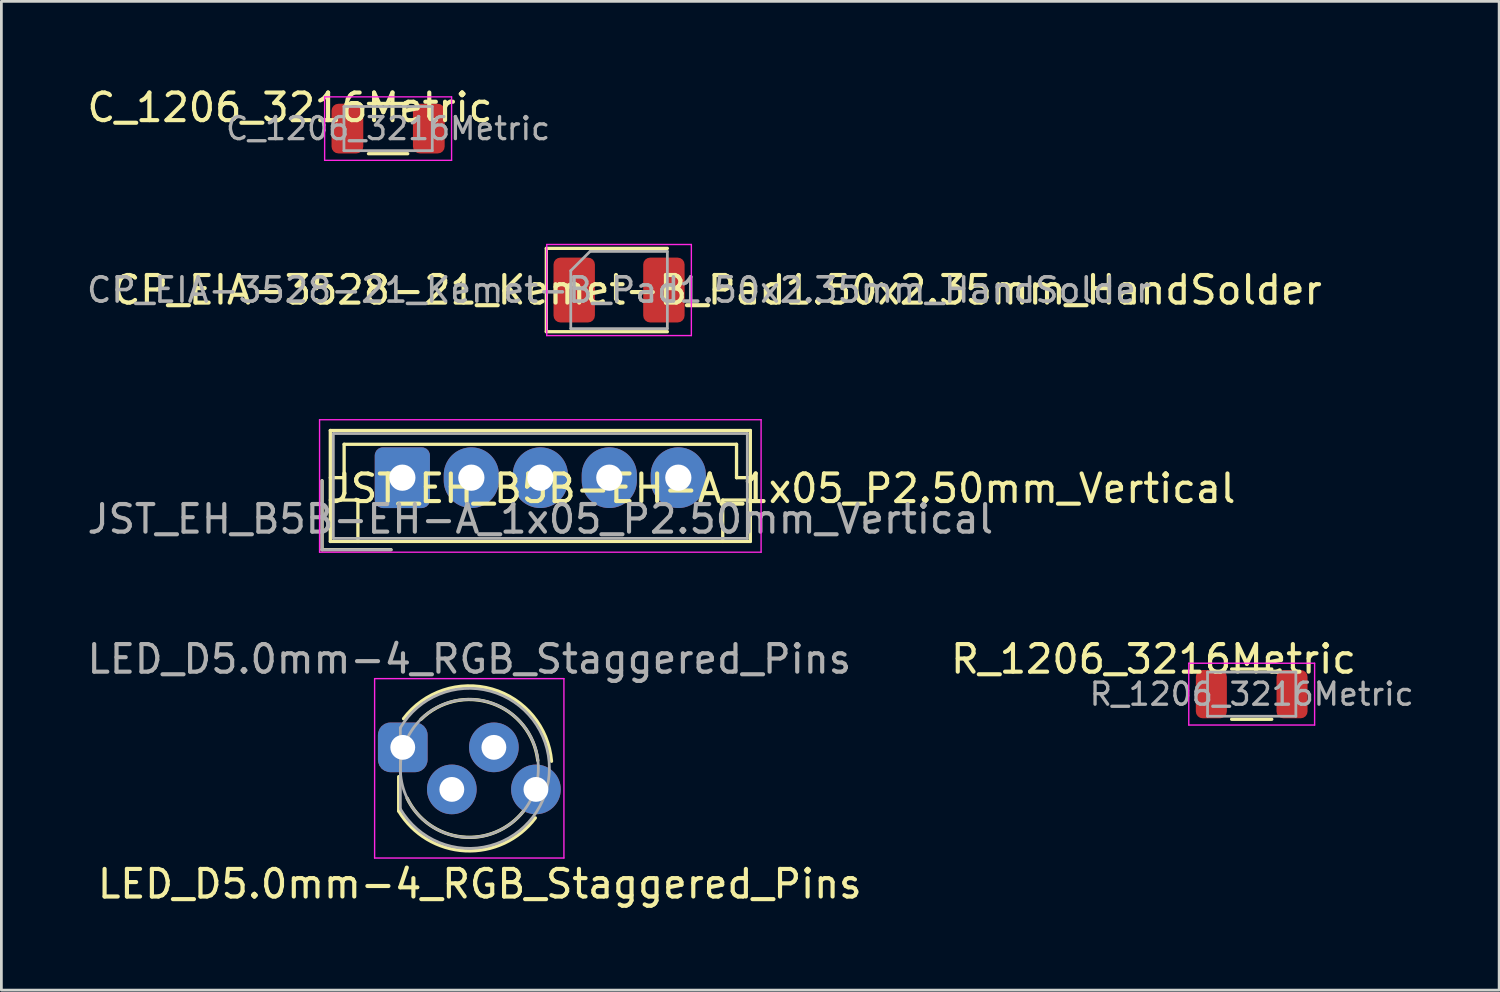
<source format=kicad_pcb>
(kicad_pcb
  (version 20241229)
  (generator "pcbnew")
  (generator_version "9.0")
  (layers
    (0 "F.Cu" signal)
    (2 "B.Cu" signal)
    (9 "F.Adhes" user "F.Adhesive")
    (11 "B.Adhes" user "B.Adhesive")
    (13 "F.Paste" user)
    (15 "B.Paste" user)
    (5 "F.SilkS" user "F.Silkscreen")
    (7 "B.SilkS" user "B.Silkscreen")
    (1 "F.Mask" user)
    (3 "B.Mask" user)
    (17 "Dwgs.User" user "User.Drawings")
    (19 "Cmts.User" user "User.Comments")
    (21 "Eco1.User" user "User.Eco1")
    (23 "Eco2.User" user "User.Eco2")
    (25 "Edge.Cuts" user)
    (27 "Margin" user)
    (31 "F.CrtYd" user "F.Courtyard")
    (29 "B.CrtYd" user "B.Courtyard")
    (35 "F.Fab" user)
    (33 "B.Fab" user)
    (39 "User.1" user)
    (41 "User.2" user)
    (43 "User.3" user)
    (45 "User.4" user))
  (footprint "CP_EIA-3528-21_Kemet-B_Pad1.50x2.35mm_HandSolder"
    (layer "F.Cu")
    (at 19.383 7.46)
    (property "Reference" "CP_EIA-3528-21_Kemet-B_Pad1.50x2.35mm_HandSolder" (at 3.556 0 0) (layer "F.SilkS") (effects (font (size 1 1) (thickness 0.15))))
    (attr smd)
    (fp_line (start -2.635 -1.51) (end -2.635 1.51) (stroke (width 0.12) (type solid)) (layer "F.SilkS"))
    (fp_line (start -2.635 1.51) (end 1.75 1.51) (stroke (width 0.12) (type solid)) (layer "F.SilkS"))
    (fp_line (start 1.75 -1.51) (end -2.635 -1.51) (stroke (width 0.12) (type solid)) (layer "F.SilkS"))
    (fp_line (start -2.62 -1.65) (end 2.62 -1.65) (stroke (width 0.05) (type solid)) (layer "F.CrtYd"))
    (fp_line (start -2.62 1.65) (end -2.62 -1.65) (stroke (width 0.05) (type solid)) (layer "F.CrtYd"))
    (fp_line (start 2.62 -1.65) (end 2.62 1.65) (stroke (width 0.05) (type solid)) (layer "F.CrtYd"))
    (fp_line (start 2.62 1.65) (end -2.62 1.65) (stroke (width 0.05) (type solid)) (layer "F.CrtYd"))
    (fp_line (start -1.75 -0.7) (end -1.75 1.4) (stroke (width 0.1) (type solid)) (layer "F.Fab"))
    (fp_line (start -1.75 1.4) (end 1.75 1.4) (stroke (width 0.1) (type solid)) (layer "F.Fab"))
    (fp_line (start -1.05 -1.4) (end -1.75 -0.7) (stroke (width 0.1) (type solid)) (layer "F.Fab"))
    (fp_line (start 1.75 -1.4) (end -1.05 -1.4) (stroke (width 0.1) (type solid)) (layer "F.Fab"))
    (fp_line (start 1.75 1.4) (end 1.75 -1.4) (stroke (width 0.1) (type solid)) (layer "F.Fab"))
    (fp_text user "${REFERENCE}" (at 0 0 0) (layer "F.Fab") (effects (font (size 0.88 0.88) (thickness 0.13))))
    (pad "1" smd roundrect (at -1.625 0 180) (size 1.5 2.35) (layers "F.Cu" "F.Mask" "F.Paste") (roundrect_rratio 0.167))
    (pad "2" smd roundrect (at 1.625 0 180) (size 1.5 2.35) (layers "F.Cu" "F.Mask" "F.Paste") (roundrect_rratio 0.167)))
  (footprint "C_1206_3216Metric"
    (layer "F.Cu")
    (at 11.014 1.61)
    (property "Reference" "C_1206_3216Metric" (at -3.556 -0.762 0) (layer "F.SilkS") (effects (font (size 1 1) (thickness 0.15))))
    (attr smd)
    (fp_line (start -0.711 -0.91) (end 0.711 -0.91) (stroke (width 0.12) (type solid)) (layer "F.SilkS"))
    (fp_line (start -0.711 0.91) (end 0.711 0.91) (stroke (width 0.12) (type solid)) (layer "F.SilkS"))
    (fp_line (start -2.3 -1.15) (end 2.3 -1.15) (stroke (width 0.05) (type solid)) (layer "F.CrtYd"))
    (fp_line (start -2.3 1.15) (end -2.3 -1.15) (stroke (width 0.05) (type solid)) (layer "F.CrtYd"))
    (fp_line (start 2.3 -1.15) (end 2.3 1.15) (stroke (width 0.05) (type solid)) (layer "F.CrtYd"))
    (fp_line (start 2.3 1.15) (end -2.3 1.15) (stroke (width 0.05) (type solid)) (layer "F.CrtYd"))
    (fp_line (start -1.6 -0.8) (end 1.6 -0.8) (stroke (width 0.1) (type solid)) (layer "F.Fab"))
    (fp_line (start -1.6 0.8) (end -1.6 -0.8) (stroke (width 0.1) (type solid)) (layer "F.Fab"))
    (fp_line (start 1.6 -0.8) (end 1.6 0.8) (stroke (width 0.1) (type solid)) (layer "F.Fab"))
    (fp_line (start 1.6 0.8) (end -1.6 0.8) (stroke (width 0.1) (type solid)) (layer "F.Fab"))
    (fp_text user "${REFERENCE}" (at 0 0 0) (layer "F.Fab") (effects (font (size 0.8 0.8) (thickness 0.12))))
    (pad "1" smd roundrect (at -1.475 0 180) (size 1.15 1.8) (layers "F.Cu" "F.Mask" "F.Paste") (roundrect_rratio 0.217))
    (pad "2" smd roundrect (at 1.475 0 180) (size 1.15 1.8) (layers "F.Cu" "F.Mask" "F.Paste") (roundrect_rratio 0.217)))
  (footprint "JST_EH_B5B-EH-A_1x05_P2.50mm_Vertical"
    (layer "F.Cu")
    (at 11.53 14.26)
    (property "Reference" "JST_EH_B5B-EH-A_1x05_P2.50mm_Vertical" (at 13.78 0.392 0) (layer "F.SilkS") (effects (font (size 1 1) (thickness 0.15))))
    (attr through_hole)
    (fp_line (start -2.91 0.11) (end -2.91 2.61) (stroke (width 0.12) (type solid)) (layer "F.SilkS"))
    (fp_line (start -2.91 2.61) (end -0.41 2.61) (stroke (width 0.12) (type solid)) (layer "F.SilkS"))
    (fp_line (start -2.61 -1.71) (end -2.61 2.31) (stroke (width 0.12) (type solid)) (layer "F.SilkS"))
    (fp_line (start -2.61 0) (end -2.11 0) (stroke (width 0.12) (type solid)) (layer "F.SilkS"))
    (fp_line (start -2.61 0.81) (end -1.61 0.81) (stroke (width 0.12) (type solid)) (layer "F.SilkS"))
    (fp_line (start -2.61 2.31) (end 12.61 2.31) (stroke (width 0.12) (type solid)) (layer "F.SilkS"))
    (fp_line (start -2.11 -1.21) (end 12.11 -1.21) (stroke (width 0.12) (type solid)) (layer "F.SilkS"))
    (fp_line (start -2.11 0) (end -2.11 -1.21) (stroke (width 0.12) (type solid)) (layer "F.SilkS"))
    (fp_line (start -1.61 0.81) (end -1.61 2.31) (stroke (width 0.12) (type solid)) (layer "F.SilkS"))
    (fp_line (start 11.61 0.81) (end 11.61 2.31) (stroke (width 0.12) (type solid)) (layer "F.SilkS"))
    (fp_line (start 12.11 -1.21) (end 12.11 0) (stroke (width 0.12) (type solid)) (layer "F.SilkS"))
    (fp_line (start 12.11 0) (end 12.61 0) (stroke (width 0.12) (type solid)) (layer "F.SilkS"))
    (fp_line (start 12.61 -1.71) (end -2.61 -1.71) (stroke (width 0.12) (type solid)) (layer "F.SilkS"))
    (fp_line (start 12.61 0.81) (end 11.61 0.81) (stroke (width 0.12) (type solid)) (layer "F.SilkS"))
    (fp_line (start 12.61 2.31) (end 12.61 -1.71) (stroke (width 0.12) (type solid)) (layer "F.SilkS"))
    (fp_line (start -3 -2.1) (end -3 2.7) (stroke (width 0.05) (type solid)) (layer "F.CrtYd"))
    (fp_line (start -3 2.7) (end 13 2.7) (stroke (width 0.05) (type solid)) (layer "F.CrtYd"))
    (fp_line (start 13 -2.1) (end -3 -2.1) (stroke (width 0.05) (type solid)) (layer "F.CrtYd"))
    (fp_line (start 13 2.7) (end 13 -2.1) (stroke (width 0.05) (type solid)) (layer "F.CrtYd"))
    (fp_line (start -2.91 0.11) (end -2.91 2.61) (stroke (width 0.1) (type solid)) (layer "F.Fab"))
    (fp_line (start -2.91 2.61) (end -0.41 2.61) (stroke (width 0.1) (type solid)) (layer "F.Fab"))
    (fp_line (start -2.5 -1.6) (end -2.5 2.2) (stroke (width 0.1) (type solid)) (layer "F.Fab"))
    (fp_line (start -2.5 2.2) (end 12.5 2.2) (stroke (width 0.1) (type solid)) (layer "F.Fab"))
    (fp_line (start 12.5 -1.6) (end -2.5 -1.6) (stroke (width 0.1) (type solid)) (layer "F.Fab"))
    (fp_line (start 12.5 2.2) (end 12.5 -1.6) (stroke (width 0.1) (type solid)) (layer "F.Fab"))
    (fp_text user "${REFERENCE}" (at 5 1.5 0) (layer "F.Fab") (effects (font (size 1 1) (thickness 0.15))))
    (pad "1" thru_hole roundrect (at 0 0 180) (size 2 2.2) (drill 0.95) (layers "*.Cu" "*.Mask") (roundrect_rratio 0.147))
    (pad "2" thru_hole oval (at 2.5 0 180) (size 2 2.2) (drill 0.95) (layers "*.Cu" "*.Mask"))
    (pad "3" thru_hole oval (at 5 0 180) (size 2 2.2) (drill 0.95) (layers "*.Cu" "*.Mask"))
    (pad "4" thru_hole oval (at 7.5 0 180) (size 2 2.2) (drill 0.95) (layers "*.Cu" "*.Mask"))
    (pad "5" thru_hole oval (at 10 0 180) (size 2 2.2) (drill 0.95) (layers "*.Cu" "*.Mask")))
  (footprint "R_1206_3216Metric"
    (layer "F.Cu")
    (at 42.308 22.104)
    (property "Reference" "R_1206_3216Metric" (at -3.556 -1.27 0) (layer "F.SilkS") (effects (font (size 1 1) (thickness 0.15))))
    (attr smd)
    (fp_line (start -0.727 -0.91) (end 0.727 -0.91) (stroke (width 0.12) (type solid)) (layer "F.SilkS"))
    (fp_line (start -0.727 0.91) (end 0.727 0.91) (stroke (width 0.12) (type solid)) (layer "F.SilkS"))
    (fp_line (start -2.28 -1.12) (end 2.28 -1.12) (stroke (width 0.05) (type solid)) (layer "F.CrtYd"))
    (fp_line (start -2.28 1.12) (end -2.28 -1.12) (stroke (width 0.05) (type solid)) (layer "F.CrtYd"))
    (fp_line (start 2.28 -1.12) (end 2.28 1.12) (stroke (width 0.05) (type solid)) (layer "F.CrtYd"))
    (fp_line (start 2.28 1.12) (end -2.28 1.12) (stroke (width 0.05) (type solid)) (layer "F.CrtYd"))
    (fp_line (start -1.6 -0.8) (end 1.6 -0.8) (stroke (width 0.1) (type solid)) (layer "F.Fab"))
    (fp_line (start -1.6 0.8) (end -1.6 -0.8) (stroke (width 0.1) (type solid)) (layer "F.Fab"))
    (fp_line (start 1.6 -0.8) (end 1.6 0.8) (stroke (width 0.1) (type solid)) (layer "F.Fab"))
    (fp_line (start 1.6 0.8) (end -1.6 0.8) (stroke (width 0.1) (type solid)) (layer "F.Fab"))
    (fp_text user "${REFERENCE}" (at 0 0 0) (layer "F.Fab") (effects (font (size 0.8 0.8) (thickness 0.12))))
    (pad "1" smd roundrect (at -1.462 0 180) (size 1.125 1.75) (layers "F.Cu" "F.Mask" "F.Paste") (roundrect_rratio 0.222))
    (pad "2" smd roundrect (at 1.462 0 180) (size 1.125 1.75) (layers "F.Cu" "F.Mask" "F.Paste") (roundrect_rratio 0.222)))
  (footprint "LED_D5.0mm-4_RGB_Staggered_Pins"
    (layer "F.Cu")
    (at 11.545 24.032)
    (property "Reference" "LED_D5.0mm-4_RGB_Staggered_Pins" (at 2.79 4.95 0) (layer "F.SilkS") (effects (font (size 1 1) (thickness 0.15))))
    (attr through_hole)
    (fp_line (start -0.147 1.061) (end -0.147 2.307) (stroke (width 0.12) (type solid)) (layer "F.SilkS"))
    (fp_arc (start 0.028 -1.038) (mid 3.238737 -2.109652) (end 5.389836 0.503784) (stroke (width 0.12) (type solid)) (layer "F.SilkS"))
    (fp_arc (start 0.660401 -1.015999) (mid 3.242766 -1.592649) (end 4.89309 0.475579) (stroke (width 0.12) (type solid)) (layer "F.SilkS"))
    (fp_arc (start 4.372086 2.315056) (mid 2.134091 3.246393) (end 0.158316 1.842) (stroke (width 0.12) (type solid)) (layer "F.SilkS"))
    (fp_arc (start 4.804334 2.556887) (mid 2.262188 3.748194) (end -0.147 2.30683) (stroke (width 0.12) (type solid)) (layer "F.SilkS"))
    (fp_line (start -1.02 -2.49) (end 5.84 -2.49) (stroke (width 0.05) (type solid)) (layer "F.CrtYd"))
    (fp_line (start -1.02 4.01) (end -1.02 -2.49) (stroke (width 0.05) (type solid)) (layer "F.CrtYd"))
    (fp_line (start 5.84 -2.49) (end 5.84 4.01) (stroke (width 0.05) (type solid)) (layer "F.CrtYd"))
    (fp_line (start 5.84 4.01) (end -1.02 4.01) (stroke (width 0.05) (type solid)) (layer "F.CrtYd"))
    (fp_line (start -0.087 -0.708) (end -0.087 2.232) (stroke (width 0.1) (type solid)) (layer "F.Fab"))
    (fp_arc (start -0.087 -0.707694) (mid 5.313 0.762016) (end -0.087016 2.231666) (stroke (width 0.1) (type solid)) (layer "F.Fab"))
    (fp_circle (center 2.413 0.762) (end 4.913 0.762) (stroke (width 0.1) (type solid)) (fill no) (layer "F.Fab"))
    (fp_text user "${REFERENCE}" (at 2.413 -3.198 0) (layer "F.Fab") (effects (font (size 1 1) (thickness 0.15))))
    (pad "1" thru_hole roundrect (at 0 0) (size 1.8 1.8) (drill 0.9) (layers "*.Cu" "*.Mask") (roundrect_rratio 0.25))
    (pad "2" thru_hole circle (at 1.778 1.524) (size 1.8 1.8) (drill 0.9) (layers "*.Cu" "*.Mask"))
    (pad "3" thru_hole circle (at 3.302 0) (size 1.8 1.8) (drill 0.9) (layers "*.Cu" "*.Mask"))
    (pad "4" thru_hole circle (at 4.826 1.524) (size 1.8 1.8) (drill 0.9) (layers "*.Cu" "*.Mask")))
  (gr_rect
    (start -3 -3)
    (end 51.275 32.83)
    (stroke (width 0.1) (type default))
    (fill no)
    (layer "Edge.Cuts")))
</source>
